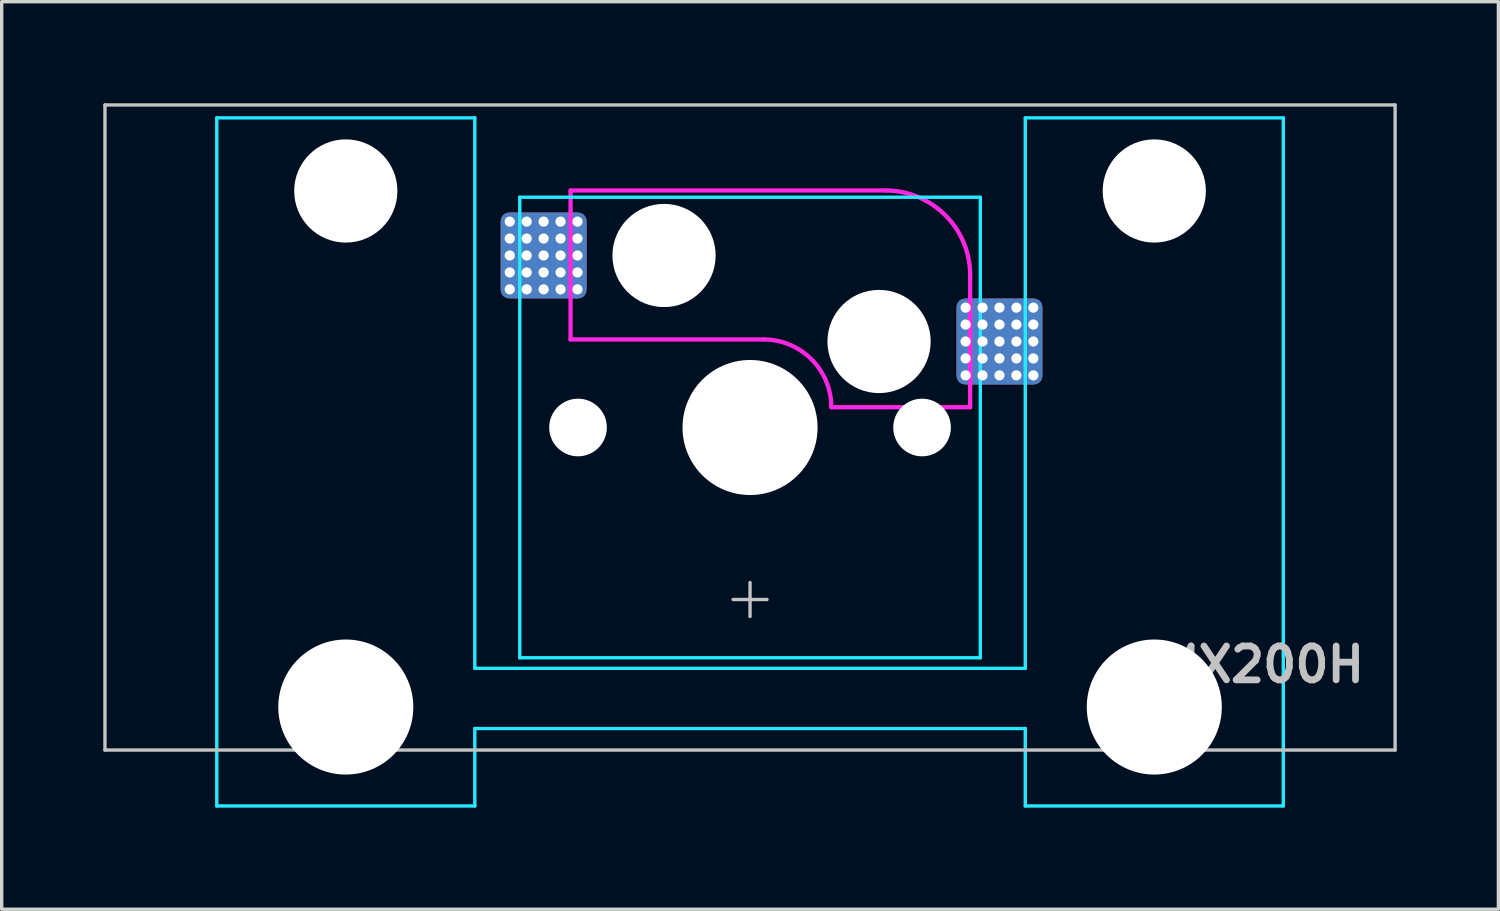
<source format=kicad_pcb>
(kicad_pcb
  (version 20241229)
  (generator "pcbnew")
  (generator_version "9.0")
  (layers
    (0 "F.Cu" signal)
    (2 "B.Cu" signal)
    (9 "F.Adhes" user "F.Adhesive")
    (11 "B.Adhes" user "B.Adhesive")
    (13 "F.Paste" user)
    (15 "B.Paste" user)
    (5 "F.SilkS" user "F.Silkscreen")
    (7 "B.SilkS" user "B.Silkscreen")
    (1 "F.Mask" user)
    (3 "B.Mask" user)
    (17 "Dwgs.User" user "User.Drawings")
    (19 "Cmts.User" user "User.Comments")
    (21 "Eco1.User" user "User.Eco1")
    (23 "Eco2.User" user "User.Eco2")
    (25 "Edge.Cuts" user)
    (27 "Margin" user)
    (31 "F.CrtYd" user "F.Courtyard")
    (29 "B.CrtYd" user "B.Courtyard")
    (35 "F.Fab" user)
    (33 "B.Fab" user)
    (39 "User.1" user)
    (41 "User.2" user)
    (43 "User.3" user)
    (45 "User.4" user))
  (footprint "MX200H"
    (layer "F.Cu")
    (at 19.1 9.575)
    (property "Reference" "MX200H" (at 18.25 7 0) (layer "Dwgs.User") (effects (font (size 1 1) (thickness 0.2)) (justify right)))
    (attr smd)
    (fp_line (start -19.05 -9.525) (end -19.05 9.525) (stroke (width 0.1) (type solid)) (layer "Dwgs.User"))
    (fp_line (start -19.05 -9.525) (end 19.05 -9.525) (stroke (width 0.1) (type solid)) (layer "Dwgs.User"))
    (fp_line (start -19.05 9.525) (end 19.05 9.525) (stroke (width 0.1) (type solid)) (layer "Dwgs.User"))
    (fp_line (start -0.5 5.08) (end 0.5 5.08) (stroke (width 0.1) (type solid)) (layer "Dwgs.User"))
    (fp_line (start 0 4.58) (end 0 5.58) (stroke (width 0.1) (type solid)) (layer "Dwgs.User"))
    (fp_line (start 19.05 -9.525) (end 19.05 9.525) (stroke (width 0.1) (type solid)) (layer "Dwgs.User"))
    (fp_line (start -15.438 -5.485) (end -15.438 8.515) (stroke (width 0.1) (type solid)) (layer "Eco1.User"))
    (fp_line (start -14.938 -5.985) (end -8.938 -5.985) (stroke (width 0.1) (type solid)) (layer "Eco1.User"))
    (fp_line (start -8.938 9.015) (end -14.938 9.015) (stroke (width 0.1) (type solid)) (layer "Eco1.User"))
    (fp_line (start -8.438 8.515) (end -8.438 -5.485) (stroke (width 0.1) (type solid)) (layer "Eco1.User"))
    (fp_line (start -7 -6.5) (end -7 6.5) (stroke (width 0.1) (type solid)) (layer "Eco1.User"))
    (fp_line (start -6.5 7) (end 6.5 7) (stroke (width 0.1) (type solid)) (layer "Eco1.User"))
    (fp_line (start 6.5 -7) (end -6.5 -7) (stroke (width 0.1) (type solid)) (layer "Eco1.User"))
    (fp_line (start 7 6.5) (end 7 -6.5) (stroke (width 0.1) (type solid)) (layer "Eco1.User"))
    (fp_line (start 8.438 -5.485) (end 8.438 8.515) (stroke (width 0.1) (type solid)) (layer "Eco1.User"))
    (fp_line (start 8.938 -5.985) (end 14.938 -5.985) (stroke (width 0.1) (type solid)) (layer "Eco1.User"))
    (fp_line (start 14.938 9.015) (end 8.938 9.015) (stroke (width 0.1) (type solid)) (layer "Eco1.User"))
    (fp_line (start 15.438 8.515) (end 15.438 -5.485) (stroke (width 0.1) (type solid)) (layer "Eco1.User"))
    (fp_arc (start -15.438 -5.485) (mid -15.291553 -5.838553) (end -14.938 -5.985) (stroke (width 0.1) (type solid)) (layer "Eco1.User"))
    (fp_arc (start -14.938 9.015) (mid -15.291553 8.868553) (end -15.438 8.515) (stroke (width 0.1) (type solid)) (layer "Eco1.User"))
    (fp_arc (start -8.938 -5.985) (mid -8.584447 -5.838553) (end -8.438 -5.485) (stroke (width 0.1) (type solid)) (layer "Eco1.User"))
    (fp_arc (start -8.438 8.515) (mid -8.584447 8.868553) (end -8.938 9.015) (stroke (width 0.1) (type solid)) (layer "Eco1.User"))
    (fp_arc (start -7 -6.5) (mid -6.853556 -6.853571) (end -6.5 -7) (stroke (width 0.1) (type solid)) (layer "Eco1.User"))
    (fp_arc (start -6.5 7) (mid -6.853521 6.853536) (end -7 6.5) (stroke (width 0.1) (type solid)) (layer "Eco1.User"))
    (fp_arc (start 6.5 -7) (mid 6.853521 -6.853536) (end 7 -6.5) (stroke (width 0.1) (type solid)) (layer "Eco1.User"))
    (fp_arc (start 7 6.5) (mid 6.853556 6.853571) (end 6.5 7) (stroke (width 0.1) (type solid)) (layer "Eco1.User"))
    (fp_arc (start 8.438 -5.485) (mid 8.584447 -5.838553) (end 8.938 -5.985) (stroke (width 0.1) (type solid)) (layer "Eco1.User"))
    (fp_arc (start 8.938 9.015) (mid 8.584447 8.868553) (end 8.438 8.515) (stroke (width 0.1) (type solid)) (layer "Eco1.User"))
    (fp_arc (start 14.938 -5.985) (mid 15.291553 -5.838553) (end 15.438 -5.485) (stroke (width 0.1) (type solid)) (layer "Eco1.User"))
    (fp_arc (start 15.438 8.515) (mid 15.291553 8.868553) (end 14.938 9.015) (stroke (width 0.1) (type solid)) (layer "Eco1.User"))
    (fp_line (start -15.748 -9.144) (end -15.748 11.176) (stroke (width 0.1) (type solid)) (layer "B.CrtYd"))
    (fp_line (start -15.748 11.176) (end -8.128 11.176) (stroke (width 0.1) (type solid)) (layer "B.CrtYd"))
    (fp_line (start -8.128 -9.144) (end -15.748 -9.144) (stroke (width 0.1) (type solid)) (layer "B.CrtYd"))
    (fp_line (start -8.128 7.112) (end -8.128 -9.144) (stroke (width 0.1) (type solid)) (layer "B.CrtYd"))
    (fp_line (start -8.128 7.112) (end 8.128 7.112) (stroke (width 0.1) (type solid)) (layer "B.CrtYd"))
    (fp_line (start -8.128 8.89) (end -8.128 11.176) (stroke (width 0.1) (type solid)) (layer "B.CrtYd"))
    (fp_line (start -8.128 8.89) (end 8.128 8.89) (stroke (width 0.1) (type solid)) (layer "B.CrtYd"))
    (fp_line (start -6.8 -6.8) (end -6.8 6.8) (stroke (width 0.1) (type solid)) (layer "B.CrtYd"))
    (fp_line (start -6.8 -6.8) (end 6.8 -6.8) (stroke (width 0.1) (type solid)) (layer "B.CrtYd"))
    (fp_line (start -6.8 6.8) (end 6.8 6.8) (stroke (width 0.1) (type solid)) (layer "B.CrtYd"))
    (fp_line (start 6.8 -6.8) (end 6.8 6.8) (stroke (width 0.1) (type solid)) (layer "B.CrtYd"))
    (fp_line (start 8.128 7.112) (end 8.128 -9.144) (stroke (width 0.1) (type solid)) (layer "B.CrtYd"))
    (fp_line (start 8.128 8.89) (end 8.128 11.176) (stroke (width 0.1) (type solid)) (layer "B.CrtYd"))
    (fp_line (start 8.128 11.176) (end 15.748 11.176) (stroke (width 0.1) (type solid)) (layer "B.CrtYd"))
    (fp_line (start 15.748 -9.144) (end 8.128 -9.144) (stroke (width 0.1) (type solid)) (layer "B.CrtYd"))
    (fp_line (start 15.748 11.176) (end 15.748 -9.144) (stroke (width 0.1) (type solid)) (layer "B.CrtYd"))
    (fp_line (start -5.3 -7) (end -5.3 -2.6) (stroke (width 0.127) (type solid)) (layer "F.CrtYd"))
    (fp_line (start -5.3 -7) (end 4 -7) (stroke (width 0.127) (type solid)) (layer "F.CrtYd"))
    (fp_line (start 0.4 -2.6) (end -5.3 -2.6) (stroke (width 0.127) (type solid)) (layer "F.CrtYd"))
    (fp_line (start 6.5 -4.5) (end 6.5 -0.6) (stroke (width 0.127) (type solid)) (layer "F.CrtYd"))
    (fp_line (start 6.5 -0.6) (end 2.4 -0.6) (stroke (width 0.127) (type solid)) (layer "F.CrtYd"))
    (fp_arc (start 0.4 -2.6) (mid 1.814214 -2.014214) (end 2.4 -0.6) (stroke (width 0.127) (type solid)) (layer "F.CrtYd"))
    (fp_arc (start 4 -7) (mid 5.767767 -6.267767) (end 6.5 -4.5) (stroke (width 0.127) (type solid)) (layer "F.CrtYd"))
    (pad "" np_thru_hole circle (at -11.938 -6.985) (size 3.048 3.048) (drill 3.048) (layers "*.Cu" "*.Mask"))
    (pad "" np_thru_hole circle (at -11.938 8.255) (size 3.988 3.988) (drill 3.988) (layers "*.Cu" "*.Mask"))
    (pad "" np_thru_hole circle (at -5.08 0) (size 1.702 1.702) (drill 1.702) (layers "*.Cu" "*.Mask"))
    (pad "" np_thru_hole circle (at -2.54 -5.08) (size 3.048 3.048) (drill 3.048) (layers "*.Cu" "*.Mask"))
    (pad "" np_thru_hole circle (at 0 0) (size 3.988 3.988) (drill 3.988) (layers "*.Cu" "*.Mask"))
    (pad "" np_thru_hole circle (at 3.81 -2.54 90) (size 3.048 3.048) (drill 3.048) (layers "*.Cu" "*.Mask"))
    (pad "" np_thru_hole circle (at 5.08 0) (size 1.702 1.702) (drill 1.702) (layers "*.Cu" "*.Mask"))
    (pad "" np_thru_hole circle (at 11.938 -6.985) (size 3.048 3.048) (drill 3.048) (layers "*.Cu" "*.Mask"))
    (pad "" np_thru_hole circle (at 11.938 8.255) (size 3.988 3.988) (drill 3.988) (layers "*.Cu" "*.Mask"))
    (pad "1" thru_hole circle (at -7.096 -6.08) (size 0.3 0.3) (drill 0.3) (layers "*.Cu" "F.Mask"))
    (pad "1" thru_hole circle (at -7.096 -5.58) (size 0.3 0.3) (drill 0.3) (layers "*.Cu" "F.Mask"))
    (pad "1" thru_hole circle (at -7.096 -5.08) (size 0.3 0.3) (drill 0.3) (layers "*.Cu" "F.Mask"))
    (pad "1" thru_hole circle (at -7.096 -4.58) (size 0.3 0.3) (drill 0.3) (layers "*.Cu" "F.Mask"))
    (pad "1" thru_hole circle (at -7.096 -4.08) (size 0.3 0.3) (drill 0.3) (layers "*.Cu" "F.Mask"))
    (pad "1" thru_hole circle (at -6.596 -6.08) (size 0.3 0.3) (drill 0.3) (layers "*.Cu" "F.Mask"))
    (pad "1" thru_hole circle (at -6.596 -5.58) (size 0.3 0.3) (drill 0.3) (layers "*.Cu" "F.Mask"))
    (pad "1" thru_hole circle (at -6.596 -5.08) (size 0.3 0.3) (drill 0.3) (layers "*.Cu" "F.Mask"))
    (pad "1" thru_hole circle (at -6.596 -4.58) (size 0.3 0.3) (drill 0.3) (layers "*.Cu" "F.Mask"))
    (pad "1" thru_hole circle (at -6.596 -4.08) (size 0.3 0.3) (drill 0.3) (layers "*.Cu" "F.Mask"))
    (pad "1" thru_hole circle (at -6.096 -6.08) (size 0.3 0.3) (drill 0.3) (layers "*.Cu" "F.Mask"))
    (pad "1" thru_hole circle (at -6.096 -5.58) (size 0.3 0.3) (drill 0.3) (layers "*.Cu" "F.Mask"))
    (pad "1" thru_hole circle (at -6.096 -5.08) (size 0.3 0.3) (drill 0.3) (layers "*.Cu" "F.Mask"))
    (pad "1" smd roundrect (at -6.096 -5.08) (size 2.54 2.54) (layers "F.Cu" "F.Mask") (roundrect_rratio 0.1))
    (pad "1" smd roundrect (at -6.096 -5.08) (size 2.54 2.54) (layers "B.Cu") (roundrect_rratio 0.1))
    (pad "1" thru_hole circle (at -6.096 -4.58) (size 0.3 0.3) (drill 0.3) (layers "*.Cu" "F.Mask"))
    (pad "1" thru_hole circle (at -6.096 -4.08) (size 0.3 0.3) (drill 0.3) (layers "*.Cu" "F.Mask"))
    (pad "1" thru_hole circle (at -5.596 -6.08) (size 0.3 0.3) (drill 0.3) (layers "*.Cu" "F.Mask"))
    (pad "1" thru_hole circle (at -5.596 -5.58) (size 0.3 0.3) (drill 0.3) (layers "*.Cu" "F.Mask"))
    (pad "1" thru_hole circle (at -5.596 -5.08) (size 0.3 0.3) (drill 0.3) (layers "*.Cu" "F.Mask"))
    (pad "1" thru_hole circle (at -5.596 -4.58) (size 0.3 0.3) (drill 0.3) (layers "*.Cu" "F.Mask"))
    (pad "1" thru_hole circle (at -5.596 -4.08) (size 0.3 0.3) (drill 0.3) (layers "*.Cu" "F.Mask"))
    (pad "1" thru_hole circle (at -5.096 -6.08) (size 0.3 0.3) (drill 0.3) (layers "*.Cu" "F.Mask"))
    (pad "1" thru_hole circle (at -5.096 -5.58) (size 0.3 0.3) (drill 0.3) (layers "*.Cu" "F.Mask"))
    (pad "1" thru_hole circle (at -5.096 -5.08) (size 0.3 0.3) (drill 0.3) (layers "*.Cu" "F.Mask"))
    (pad "1" thru_hole circle (at -5.096 -4.58) (size 0.3 0.3) (drill 0.3) (layers "*.Cu" "F.Mask"))
    (pad "1" thru_hole circle (at -5.096 -4.08) (size 0.3 0.3) (drill 0.3) (layers "*.Cu" "F.Mask"))
    (pad "2" thru_hole circle (at 6.366 -3.54) (size 0.3 0.3) (drill 0.3) (layers "*.Cu" "F.Mask"))
    (pad "2" thru_hole circle (at 6.366 -3.04) (size 0.3 0.3) (drill 0.3) (layers "*.Cu" "F.Mask"))
    (pad "2" thru_hole circle (at 6.366 -2.54) (size 0.3 0.3) (drill 0.3) (layers "*.Cu" "F.Mask"))
    (pad "2" thru_hole circle (at 6.366 -2.04) (size 0.3 0.3) (drill 0.3) (layers "*.Cu" "F.Mask"))
    (pad "2" thru_hole circle (at 6.366 -1.54) (size 0.3 0.3) (drill 0.3) (layers "*.Cu" "F.Mask"))
    (pad "2" thru_hole circle (at 6.866 -3.54) (size 0.3 0.3) (drill 0.3) (layers "*.Cu" "F.Mask"))
    (pad "2" thru_hole circle (at 6.866 -3.04) (size 0.3 0.3) (drill 0.3) (layers "*.Cu" "F.Mask"))
    (pad "2" thru_hole circle (at 6.866 -2.54) (size 0.3 0.3) (drill 0.3) (layers "*.Cu" "F.Mask"))
    (pad "2" thru_hole circle (at 6.866 -2.04) (size 0.3 0.3) (drill 0.3) (layers "*.Cu" "F.Mask"))
    (pad "2" thru_hole circle (at 6.866 -1.54) (size 0.3 0.3) (drill 0.3) (layers "*.Cu" "F.Mask"))
    (pad "2" thru_hole circle (at 7.366 -3.54) (size 0.3 0.3) (drill 0.3) (layers "*.Cu" "F.Mask"))
    (pad "2" thru_hole circle (at 7.366 -3.04) (size 0.3 0.3) (drill 0.3) (layers "*.Cu" "F.Mask"))
    (pad "2" thru_hole circle (at 7.366 -2.54) (size 0.3 0.3) (drill 0.3) (layers "*.Cu" "F.Mask"))
    (pad "2" smd roundrect (at 7.366 -2.54) (size 2.54 2.54) (layers "F.Cu" "F.Mask") (roundrect_rratio 0.1))
    (pad "2" smd roundrect (at 7.366 -2.54) (size 2.54 2.54) (layers "B.Cu") (roundrect_rratio 0.1))
    (pad "2" thru_hole circle (at 7.366 -2.04) (size 0.3 0.3) (drill 0.3) (layers "*.Cu" "F.Mask"))
    (pad "2" thru_hole circle (at 7.366 -1.54) (size 0.3 0.3) (drill 0.3) (layers "*.Cu" "F.Mask"))
    (pad "2" thru_hole circle (at 7.866 -3.54) (size 0.3 0.3) (drill 0.3) (layers "*.Cu" "F.Mask"))
    (pad "2" thru_hole circle (at 7.866 -3.04) (size 0.3 0.3) (drill 0.3) (layers "*.Cu" "F.Mask"))
    (pad "2" thru_hole circle (at 7.866 -2.54) (size 0.3 0.3) (drill 0.3) (layers "*.Cu" "F.Mask"))
    (pad "2" thru_hole circle (at 7.866 -2.04) (size 0.3 0.3) (drill 0.3) (layers "*.Cu" "F.Mask"))
    (pad "2" thru_hole circle (at 7.866 -1.54) (size 0.3 0.3) (drill 0.3) (layers "*.Cu" "F.Mask"))
    (pad "2" thru_hole circle (at 8.366 -3.54) (size 0.3 0.3) (drill 0.3) (layers "*.Cu" "F.Mask"))
    (pad "2" thru_hole circle (at 8.366 -3.04) (size 0.3 0.3) (drill 0.3) (layers "*.Cu" "F.Mask"))
    (pad "2" thru_hole circle (at 8.366 -2.54) (size 0.3 0.3) (drill 0.3) (layers "*.Cu" "F.Mask"))
    (pad "2" thru_hole circle (at 8.366 -2.04) (size 0.3 0.3) (drill 0.3) (layers "*.Cu" "F.Mask"))
    (pad "2" thru_hole circle (at 8.366 -1.54) (size 0.3 0.3) (drill 0.3) (layers "*.Cu" "F.Mask")))
  (gr_rect
    (start -3 -3)
    (end 41.2 23.801)
    (stroke (width 0.1) (type default))
    (fill no)
    (layer "Edge.Cuts")))
</source>
